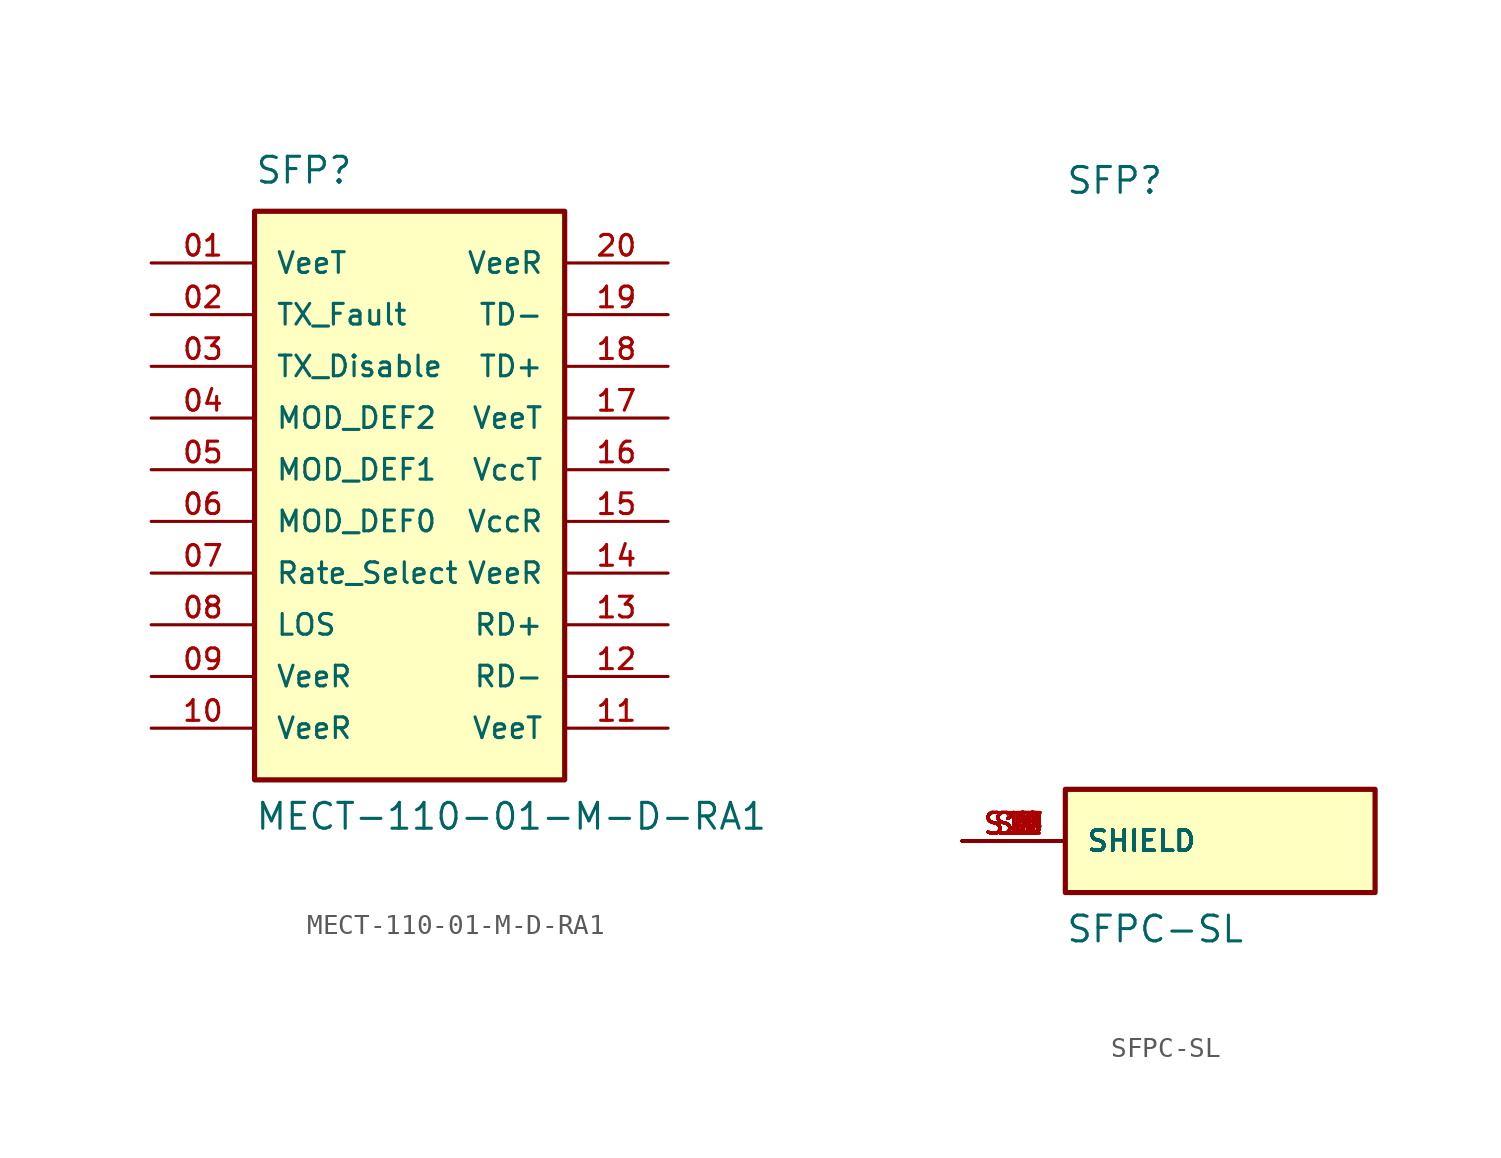
<source format=kicad_sym>
(kicad_symbol_lib
  (version 20220914)
  (generator kicad_symbol_editor)
  (symbol "MECT-110-01-M-D-RA1"
    (pin_names
      (offset 1.016))
    (property "Reference" "SFP"
      (at -7.62 13.97 0)
      (effects (font (size 1.27 1.27)) (justify left bottom)))
    (property "Value" "MECT-110-01-M-D-RA1"
      (at -7.62 -17.78 0)
      (effects (font (size 1.27 1.27)) (justify left bottom)))
    (symbol "MECT-110-01-M-D-RA1_0_0"
      (rectangle (start -7.62 -15.24) (end 7.62 12.7) (stroke (width 0.254) (type default)) (fill (type background)))
      (pin power_in line (at -12.7 10.16 0) (length 5.08) (name "VeeT" (effects (font (size 1.016 1.016)))) (number "01" (effects (font (size 1.016 1.016)))))
      (pin open_collector line (at -12.7 7.62 0) (length 5.08) (name "TX_Fault" (effects (font (size 1.016 1.016)))) (number "02" (effects (font (size 1.016 1.016)))))
      (pin input line (at -12.7 5.08 0) (length 5.08) (name "TX_Disable" (effects (font (size 1.016 1.016)))) (number "03" (effects (font (size 1.016 1.016)))))
      (pin bidirectional line (at -12.7 2.54 0) (length 5.08) (name "MOD_DEF2" (effects (font (size 1.016 1.016)))) (number "04" (effects (font (size 1.016 1.016)))))
      (pin input line (at -12.7 0 0) (length 5.08) (name "MOD_DEF1" (effects (font (size 1.016 1.016)))) (number "05" (effects (font (size 1.016 1.016)))))
      (pin passive line (at -12.7 -2.54 0) (length 5.08) (name "MOD_DEF0" (effects (font (size 1.016 1.016)))) (number "06" (effects (font (size 1.016 1.016)))))
      (pin input line (at -12.7 -5.08 0) (length 5.08) (name "Rate_Select" (effects (font (size 1.016 1.016)))) (number "07" (effects (font (size 1.016 1.016)))))
      (pin open_collector line (at -12.7 -7.62 0) (length 5.08) (name "LOS" (effects (font (size 1.016 1.016)))) (number "08" (effects (font (size 1.016 1.016)))))
      (pin input line (at -12.7 -10.16 0) (length 5.08) (name "VeeR" (effects (font (size 1.016 1.016)))) (number "09" (effects (font (size 1.016 1.016)))))
      (pin power_in line (at -12.7 -12.7 0) (length 5.08) (name "VeeR" (effects (font (size 1.016 1.016)))) (number "10" (effects (font (size 1.016 1.016)))))
      (pin passive line (at 12.7 -12.7 180) (length 5.08) (name "VeeT" (effects (font (size 1.016 1.016)))) (number "11" (effects (font (size 1.016 1.016)))))
      (pin output line (at 12.7 -10.16 180) (length 5.08) (name "RD-" (effects (font (size 1.016 1.016)))) (number "12" (effects (font (size 1.016 1.016)))))
      (pin output line (at 12.7 -7.62 180) (length 5.08) (name "RD+" (effects (font (size 1.016 1.016)))) (number "13" (effects (font (size 1.016 1.016)))))
      (pin passive line (at 12.7 -5.08 180) (length 5.08) (name "VeeR" (effects (font (size 1.016 1.016)))) (number "14" (effects (font (size 1.016 1.016)))))
      (pin power_in line (at 12.7 -2.54 180) (length 5.08) (name "VccR" (effects (font (size 1.016 1.016)))) (number "15" (effects (font (size 1.016 1.016)))))
      (pin power_in line (at 12.7 0 180) (length 5.08) (name "VccT" (effects (font (size 1.016 1.016)))) (number "16" (effects (font (size 1.016 1.016)))))
      (pin passive line (at 12.7 2.54 180) (length 5.08) (name "VeeT" (effects (font (size 1.016 1.016)))) (number "17" (effects (font (size 1.016 1.016)))))
      (pin input line (at 12.7 5.08 180) (length 5.08) (name "TD+" (effects (font (size 1.016 1.016)))) (number "18" (effects (font (size 1.016 1.016)))))
      (pin input line (at 12.7 7.62 180) (length 5.08) (name "TD-" (effects (font (size 1.016 1.016)))) (number "19" (effects (font (size 1.016 1.016)))))
      (pin passive line (at 12.7 10.16 180) (length 5.08) (name "VeeR" (effects (font (size 1.016 1.016)))) (number "20" (effects (font (size 1.016 1.016)))))))
  (symbol "SFPC-SL"
    (pin_names
      (offset 1.016))
    (property "Reference" "SFP"
      (at -7.62 16.51 0)
      (effects (font (size 1.27 1.27)) (justify left bottom)))
    (property "Value" "SFPC-SL"
      (at -7.62 -20.32 0)
      (effects (font (size 1.27 1.27)) (justify left bottom)))
    (symbol "SFPC-SL_0_0"
      (rectangle (start -7.62 -12.7) (end 7.62 -17.78) (stroke (width 0.254) (type default)) (fill (type background)))
      (pin passive line (at -12.7 -15.24 0) (length 5.08) (name "SHIELD" (effects (font (size 1.016 1.016)))) (number "S1" (effects (font (size 1.016 1.016)))))
      (pin passive line (at -12.7 -15.24 0) (length 5.08) (name "SHIELD" (effects (font (size 1.016 1.016)))) (number "S10" (effects (font (size 1.016 1.016)))))
      (pin passive line (at -12.7 -15.24 0) (length 5.08) (name "SHIELD" (effects (font (size 1.016 1.016)))) (number "S11" (effects (font (size 1.016 1.016)))))
      (pin passive line (at -12.7 -15.24 0) (length 5.08) (name "SHIELD" (effects (font (size 1.016 1.016)))) (number "S12" (effects (font (size 1.016 1.016)))))
      (pin passive line (at -12.7 -15.24 0) (length 5.08) (name "SHIELD" (effects (font (size 1.016 1.016)))) (number "S13" (effects (font (size 1.016 1.016)))))
      (pin passive line (at -12.7 -15.24 0) (length 5.08) (name "SHIELD" (effects (font (size 1.016 1.016)))) (number "S14" (effects (font (size 1.016 1.016)))))
      (pin passive line (at -12.7 -15.24 0) (length 5.08) (name "SHIELD" (effects (font (size 1.016 1.016)))) (number "S15" (effects (font (size 1.016 1.016)))))
      (pin passive line (at -12.7 -15.24 0) (length 5.08) (name "SHIELD" (effects (font (size 1.016 1.016)))) (number "S16" (effects (font (size 1.016 1.016)))))
      (pin passive line (at -12.7 -15.24 0) (length 5.08) (name "SHIELD" (effects (font (size 1.016 1.016)))) (number "S17" (effects (font (size 1.016 1.016)))))
      (pin passive line (at -12.7 -15.24 0) (length 5.08) (name "SHIELD" (effects (font (size 1.016 1.016)))) (number "S18" (effects (font (size 1.016 1.016)))))
      (pin passive line (at -12.7 -15.24 0) (length 5.08) (name "SHIELD" (effects (font (size 1.016 1.016)))) (number "S19" (effects (font (size 1.016 1.016)))))
      (pin passive line (at -12.7 -15.24 0) (length 5.08) (name "SHIELD" (effects (font (size 1.016 1.016)))) (number "S2" (effects (font (size 1.016 1.016)))))
      (pin passive line (at -12.7 -15.24 0) (length 5.08) (name "SHIELD" (effects (font (size 1.016 1.016)))) (number "S20" (effects (font (size 1.016 1.016)))))
      (pin passive line (at -12.7 -15.24 0) (length 5.08) (name "SHIELD" (effects (font (size 1.016 1.016)))) (number "S3" (effects (font (size 1.016 1.016)))))
      (pin passive line (at -12.7 -15.24 0) (length 5.08) (name "SHIELD" (effects (font (size 1.016 1.016)))) (number "S4" (effects (font (size 1.016 1.016)))))
      (pin passive line (at -12.7 -15.24 0) (length 5.08) (name "SHIELD" (effects (font (size 1.016 1.016)))) (number "S5" (effects (font (size 1.016 1.016)))))
      (pin passive line (at -12.7 -15.24 0) (length 5.08) (name "SHIELD" (effects (font (size 1.016 1.016)))) (number "S6" (effects (font (size 1.016 1.016)))))
      (pin passive line (at -12.7 -15.24 0) (length 5.08) (name "SHIELD" (effects (font (size 1.016 1.016)))) (number "S7" (effects (font (size 1.016 1.016)))))
      (pin passive line (at -12.7 -15.24 0) (length 5.08) (name "SHIELD" (effects (font (size 1.016 1.016)))) (number "S8" (effects (font (size 1.016 1.016)))))
      (pin passive line (at -12.7 -15.24 0) (length 5.08) (name "SHIELD" (effects (font (size 1.016 1.016)))) (number "S9" (effects (font (size 1.016 1.016))))))))
</source>
